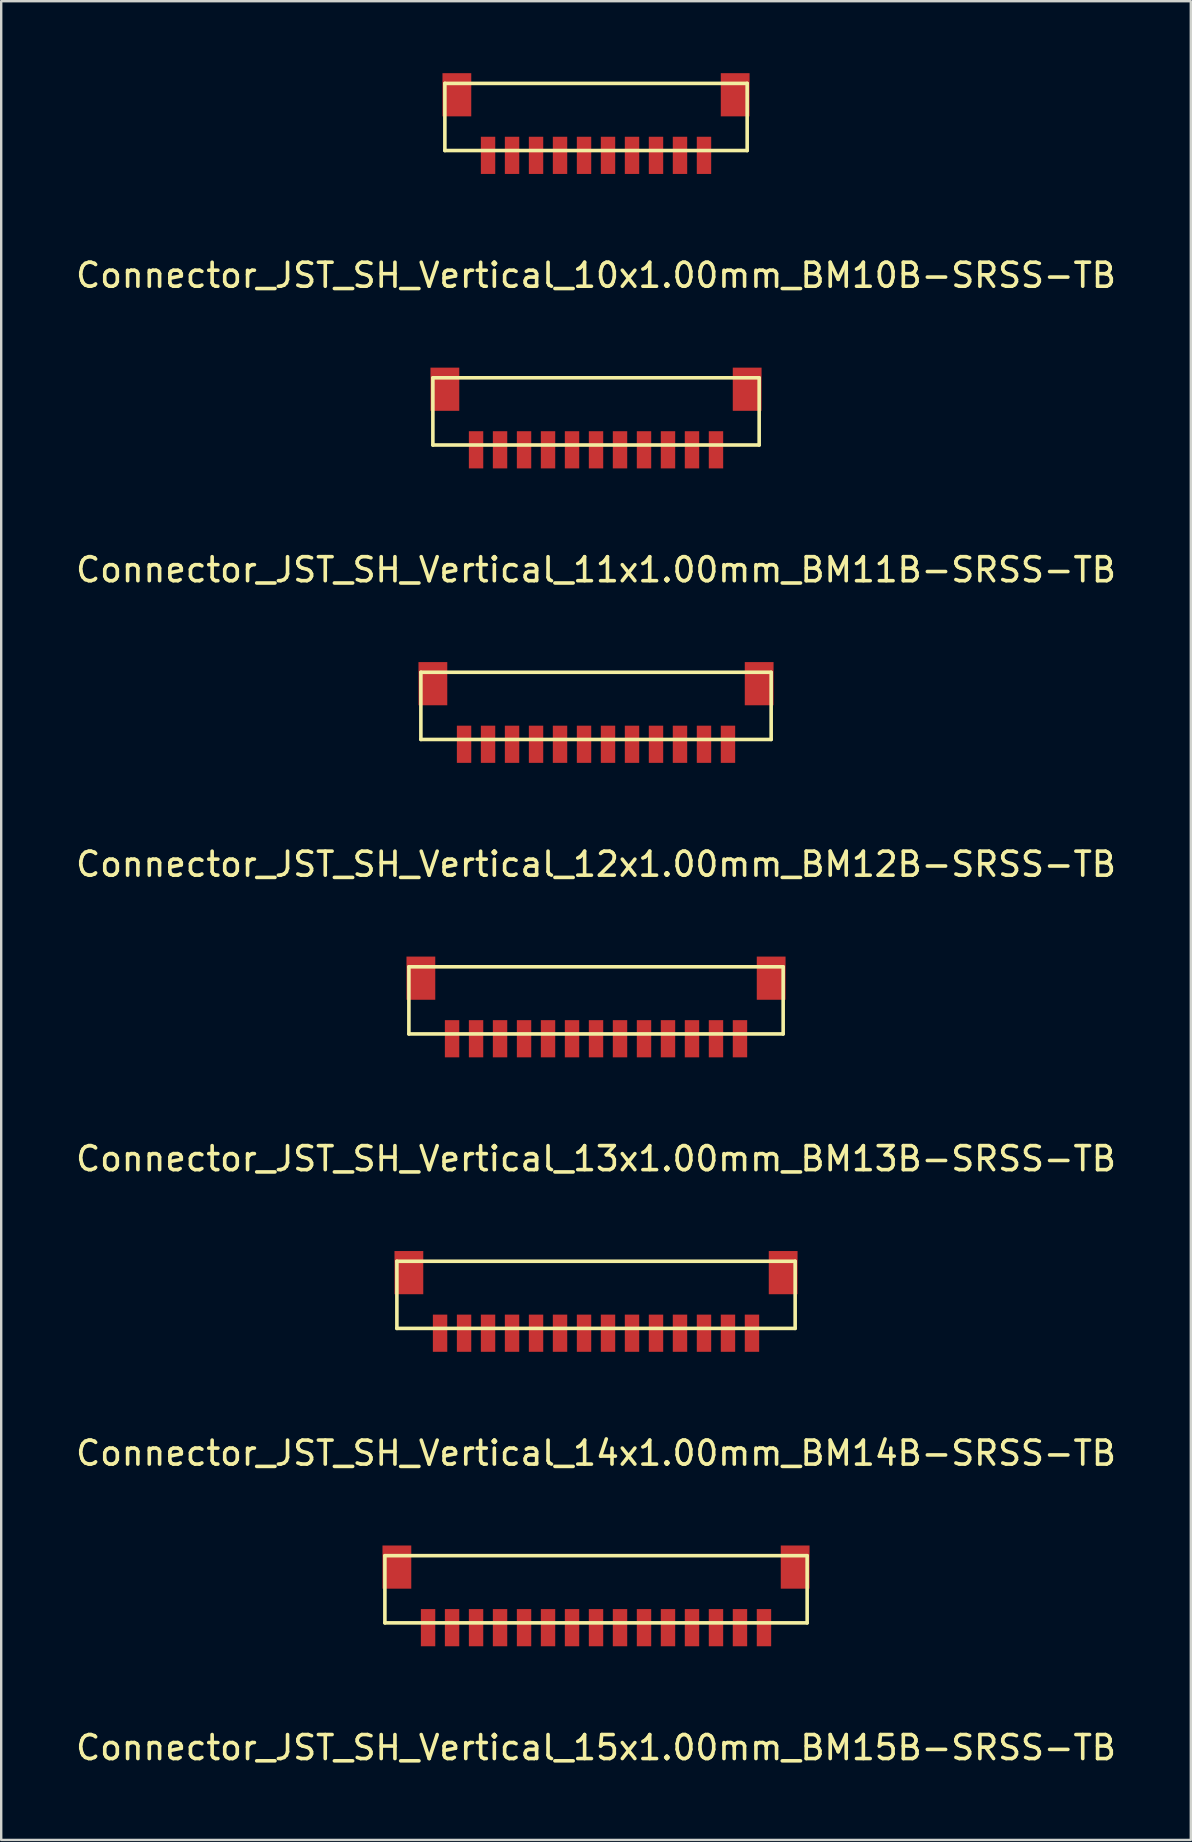
<source format=kicad_pcb>
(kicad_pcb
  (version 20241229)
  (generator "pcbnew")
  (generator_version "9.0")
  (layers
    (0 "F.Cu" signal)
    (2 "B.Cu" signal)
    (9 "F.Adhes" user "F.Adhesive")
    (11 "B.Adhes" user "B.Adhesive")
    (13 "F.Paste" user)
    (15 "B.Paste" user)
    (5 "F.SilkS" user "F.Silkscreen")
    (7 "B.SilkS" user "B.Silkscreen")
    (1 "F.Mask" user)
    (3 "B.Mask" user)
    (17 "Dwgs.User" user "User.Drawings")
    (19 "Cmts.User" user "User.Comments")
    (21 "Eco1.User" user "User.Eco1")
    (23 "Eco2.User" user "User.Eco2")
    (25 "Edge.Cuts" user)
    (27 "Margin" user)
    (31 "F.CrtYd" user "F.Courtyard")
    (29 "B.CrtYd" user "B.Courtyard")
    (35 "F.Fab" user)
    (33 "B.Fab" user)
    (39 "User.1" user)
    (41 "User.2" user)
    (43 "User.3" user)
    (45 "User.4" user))
  (footprint "Connector_JST_SH_Vertical_14x1.00mm_BM14B-SRSS-TB"
    (layer "F.Cu")
    (at 21.792 52.518)
    (property "Reference" "Connector_JST_SH_Vertical_14x1.00mm_BM14B-SRSS-TB" (at 0 5 0) (layer "F.SilkS") (effects (font (size 1 1) (thickness 0.15))))
    (attr smd)
    (fp_line (start -8.3 -3) (end -8.3 -0.2) (stroke (width 0.15) (type solid)) (layer "F.SilkS"))
    (fp_line (start -8.3 -3) (end 8.3 -3) (stroke (width 0.15) (type solid)) (layer "F.SilkS"))
    (fp_line (start -8.3 -0.2) (end 8.3 -0.2) (stroke (width 0.15) (type solid)) (layer "F.SilkS"))
    (fp_line (start 8.3 -3) (end 8.3 -0.2) (stroke (width 0.15) (type solid)) (layer "F.SilkS"))
    (pad "1" smd rect (at -6.5 0) (size 0.6 1.55) (layers "F.Cu" "F.Mask" "F.Paste"))
    (pad "2" smd rect (at -5.5 0) (size 0.6 1.55) (layers "F.Cu" "F.Mask" "F.Paste"))
    (pad "3" smd rect (at -4.5 0) (size 0.6 1.55) (layers "F.Cu" "F.Mask" "F.Paste"))
    (pad "4" smd rect (at -3.5 0) (size 0.6 1.55) (layers "F.Cu" "F.Mask" "F.Paste"))
    (pad "5" smd rect (at -2.5 0) (size 0.6 1.55) (layers "F.Cu" "F.Mask" "F.Paste"))
    (pad "6" smd rect (at -1.5 0) (size 0.6 1.55) (layers "F.Cu" "F.Mask" "F.Paste"))
    (pad "7" smd rect (at -0.5 0) (size 0.6 1.55) (layers "F.Cu" "F.Mask" "F.Paste"))
    (pad "8" smd rect (at 0.5 0) (size 0.6 1.55) (layers "F.Cu" "F.Mask" "F.Paste"))
    (pad "9" smd rect (at 1.5 0) (size 0.6 1.55) (layers "F.Cu" "F.Mask" "F.Paste"))
    (pad "10" smd rect (at 2.5 0) (size 0.6 1.55) (layers "F.Cu" "F.Mask" "F.Paste"))
    (pad "11" smd rect (at 3.5 0) (size 0.6 1.55) (layers "F.Cu" "F.Mask" "F.Paste"))
    (pad "12" smd rect (at 4.5 0) (size 0.6 1.55) (layers "F.Cu" "F.Mask" "F.Paste"))
    (pad "13" smd rect (at 5.5 0) (size 0.6 1.55) (layers "F.Cu" "F.Mask" "F.Paste"))
    (pad "14" smd rect (at 6.5 0) (size 0.6 1.55) (layers "F.Cu" "F.Mask" "F.Paste"))
    (pad "15" smd rect (at -7.8 -2.525) (size 1.2 1.8) (layers "F.Cu" "F.Mask" "F.Paste"))
    (pad "15" smd rect (at 7.8 -2.525) (size 1.2 1.8) (layers "F.Cu" "F.Mask" "F.Paste")))
  (footprint "Connector_JST_SH_Vertical_11x1.00mm_BM11B-SRSS-TB"
    (layer "F.Cu")
    (at 21.792 15.698)
    (property "Reference" "Connector_JST_SH_Vertical_11x1.00mm_BM11B-SRSS-TB" (at 0 5 0) (layer "F.SilkS") (effects (font (size 1 1) (thickness 0.15))))
    (attr smd)
    (fp_line (start -6.8 -3) (end -6.8 -0.2) (stroke (width 0.15) (type solid)) (layer "F.SilkS"))
    (fp_line (start -6.8 -3) (end 6.8 -3) (stroke (width 0.15) (type solid)) (layer "F.SilkS"))
    (fp_line (start -6.8 -0.2) (end 6.8 -0.2) (stroke (width 0.15) (type solid)) (layer "F.SilkS"))
    (fp_line (start 6.8 -3) (end 6.8 -0.2) (stroke (width 0.15) (type solid)) (layer "F.SilkS"))
    (pad "1" smd rect (at -5 0) (size 0.6 1.55) (layers "F.Cu" "F.Mask" "F.Paste"))
    (pad "2" smd rect (at -4 0) (size 0.6 1.55) (layers "F.Cu" "F.Mask" "F.Paste"))
    (pad "3" smd rect (at -3 0) (size 0.6 1.55) (layers "F.Cu" "F.Mask" "F.Paste"))
    (pad "4" smd rect (at -2 0) (size 0.6 1.55) (layers "F.Cu" "F.Mask" "F.Paste"))
    (pad "5" smd rect (at -1 0) (size 0.6 1.55) (layers "F.Cu" "F.Mask" "F.Paste"))
    (pad "6" smd rect (at 0 0) (size 0.6 1.55) (layers "F.Cu" "F.Mask" "F.Paste"))
    (pad "7" smd rect (at 1 0) (size 0.6 1.55) (layers "F.Cu" "F.Mask" "F.Paste"))
    (pad "8" smd rect (at 2 0) (size 0.6 1.55) (layers "F.Cu" "F.Mask" "F.Paste"))
    (pad "9" smd rect (at 3 0) (size 0.6 1.55) (layers "F.Cu" "F.Mask" "F.Paste"))
    (pad "10" smd rect (at 4 0) (size 0.6 1.55) (layers "F.Cu" "F.Mask" "F.Paste"))
    (pad "11" smd rect (at 5 0) (size 0.6 1.55) (layers "F.Cu" "F.Mask" "F.Paste"))
    (pad "12" smd rect (at -6.3 -2.525) (size 1.2 1.8) (layers "F.Cu" "F.Mask" "F.Paste"))
    (pad "12" smd rect (at 6.3 -2.525) (size 1.2 1.8) (layers "F.Cu" "F.Mask" "F.Paste")))
  (footprint "Connector_JST_SH_Vertical_12x1.00mm_BM12B-SRSS-TB"
    (layer "F.Cu")
    (at 21.792 27.971)
    (property "Reference" "Connector_JST_SH_Vertical_12x1.00mm_BM12B-SRSS-TB" (at 0 5 0) (layer "F.SilkS") (effects (font (size 1 1) (thickness 0.15))))
    (attr smd)
    (fp_line (start -7.3 -3) (end -7.3 -0.2) (stroke (width 0.15) (type solid)) (layer "F.SilkS"))
    (fp_line (start -7.3 -3) (end 7.3 -3) (stroke (width 0.15) (type solid)) (layer "F.SilkS"))
    (fp_line (start -7.3 -0.2) (end 7.3 -0.2) (stroke (width 0.15) (type solid)) (layer "F.SilkS"))
    (fp_line (start 7.3 -3) (end 7.3 -0.2) (stroke (width 0.15) (type solid)) (layer "F.SilkS"))
    (pad "1" smd rect (at -5.5 0) (size 0.6 1.55) (layers "F.Cu" "F.Mask" "F.Paste"))
    (pad "2" smd rect (at -4.5 0) (size 0.6 1.55) (layers "F.Cu" "F.Mask" "F.Paste"))
    (pad "3" smd rect (at -3.5 0) (size 0.6 1.55) (layers "F.Cu" "F.Mask" "F.Paste"))
    (pad "4" smd rect (at -2.5 0) (size 0.6 1.55) (layers "F.Cu" "F.Mask" "F.Paste"))
    (pad "5" smd rect (at -1.5 0) (size 0.6 1.55) (layers "F.Cu" "F.Mask" "F.Paste"))
    (pad "6" smd rect (at -0.5 0) (size 0.6 1.55) (layers "F.Cu" "F.Mask" "F.Paste"))
    (pad "7" smd rect (at 0.5 0) (size 0.6 1.55) (layers "F.Cu" "F.Mask" "F.Paste"))
    (pad "8" smd rect (at 1.5 0) (size 0.6 1.55) (layers "F.Cu" "F.Mask" "F.Paste"))
    (pad "9" smd rect (at 2.5 0) (size 0.6 1.55) (layers "F.Cu" "F.Mask" "F.Paste"))
    (pad "10" smd rect (at 3.5 0) (size 0.6 1.55) (layers "F.Cu" "F.Mask" "F.Paste"))
    (pad "11" smd rect (at 4.5 0) (size 0.6 1.55) (layers "F.Cu" "F.Mask" "F.Paste"))
    (pad "12" smd rect (at 5.5 0) (size 0.6 1.55) (layers "F.Cu" "F.Mask" "F.Paste"))
    (pad "13" smd rect (at -6.8 -2.525) (size 1.2 1.8) (layers "F.Cu" "F.Mask" "F.Paste"))
    (pad "13" smd rect (at 6.8 -2.525) (size 1.2 1.8) (layers "F.Cu" "F.Mask" "F.Paste")))
  (footprint "Connector_JST_SH_Vertical_13x1.00mm_BM13B-SRSS-TB"
    (layer "F.Cu")
    (at 21.792 40.245)
    (property "Reference" "Connector_JST_SH_Vertical_13x1.00mm_BM13B-SRSS-TB" (at 0 5 0) (layer "F.SilkS") (effects (font (size 1 1) (thickness 0.15))))
    (attr smd)
    (fp_line (start -7.8 -3) (end -7.8 -0.2) (stroke (width 0.15) (type solid)) (layer "F.SilkS"))
    (fp_line (start -7.8 -3) (end 7.8 -3) (stroke (width 0.15) (type solid)) (layer "F.SilkS"))
    (fp_line (start -7.8 -0.2) (end 7.8 -0.2) (stroke (width 0.15) (type solid)) (layer "F.SilkS"))
    (fp_line (start 7.8 -3) (end 7.8 -0.2) (stroke (width 0.15) (type solid)) (layer "F.SilkS"))
    (pad "1" smd rect (at -6 0) (size 0.6 1.55) (layers "F.Cu" "F.Mask" "F.Paste"))
    (pad "2" smd rect (at -5 0) (size 0.6 1.55) (layers "F.Cu" "F.Mask" "F.Paste"))
    (pad "3" smd rect (at -4 0) (size 0.6 1.55) (layers "F.Cu" "F.Mask" "F.Paste"))
    (pad "4" smd rect (at -3 0) (size 0.6 1.55) (layers "F.Cu" "F.Mask" "F.Paste"))
    (pad "5" smd rect (at -2 0) (size 0.6 1.55) (layers "F.Cu" "F.Mask" "F.Paste"))
    (pad "6" smd rect (at -1 0) (size 0.6 1.55) (layers "F.Cu" "F.Mask" "F.Paste"))
    (pad "7" smd rect (at 0 0) (size 0.6 1.55) (layers "F.Cu" "F.Mask" "F.Paste"))
    (pad "8" smd rect (at 1 0) (size 0.6 1.55) (layers "F.Cu" "F.Mask" "F.Paste"))
    (pad "9" smd rect (at 2 0) (size 0.6 1.55) (layers "F.Cu" "F.Mask" "F.Paste"))
    (pad "10" smd rect (at 3 0) (size 0.6 1.55) (layers "F.Cu" "F.Mask" "F.Paste"))
    (pad "11" smd rect (at 4 0) (size 0.6 1.55) (layers "F.Cu" "F.Mask" "F.Paste"))
    (pad "12" smd rect (at 5 0) (size 0.6 1.55) (layers "F.Cu" "F.Mask" "F.Paste"))
    (pad "13" smd rect (at 6 0) (size 0.6 1.55) (layers "F.Cu" "F.Mask" "F.Paste"))
    (pad "14" smd rect (at -7.3 -2.525) (size 1.2 1.8) (layers "F.Cu" "F.Mask" "F.Paste"))
    (pad "14" smd rect (at 7.3 -2.525) (size 1.2 1.8) (layers "F.Cu" "F.Mask" "F.Paste")))
  (footprint "Connector_JST_SH_Vertical_10x1.00mm_BM10B-SRSS-TB"
    (layer "F.Cu")
    (at 21.792 3.425)
    (property "Reference" "Connector_JST_SH_Vertical_10x1.00mm_BM10B-SRSS-TB" (at 0 5 0) (layer "F.SilkS") (effects (font (size 1 1) (thickness 0.15))))
    (attr smd)
    (fp_line (start -6.3 -3) (end -6.3 -0.2) (stroke (width 0.15) (type solid)) (layer "F.SilkS"))
    (fp_line (start -6.3 -3) (end 6.3 -3) (stroke (width 0.15) (type solid)) (layer "F.SilkS"))
    (fp_line (start -6.3 -0.2) (end 6.3 -0.2) (stroke (width 0.15) (type solid)) (layer "F.SilkS"))
    (fp_line (start 6.3 -3) (end 6.3 -0.2) (stroke (width 0.15) (type solid)) (layer "F.SilkS"))
    (pad "1" smd rect (at -4.5 0) (size 0.6 1.55) (layers "F.Cu" "F.Mask" "F.Paste"))
    (pad "2" smd rect (at -3.5 0) (size 0.6 1.55) (layers "F.Cu" "F.Mask" "F.Paste"))
    (pad "3" smd rect (at -2.5 0) (size 0.6 1.55) (layers "F.Cu" "F.Mask" "F.Paste"))
    (pad "4" smd rect (at -1.5 0) (size 0.6 1.55) (layers "F.Cu" "F.Mask" "F.Paste"))
    (pad "5" smd rect (at -0.5 0) (size 0.6 1.55) (layers "F.Cu" "F.Mask" "F.Paste"))
    (pad "6" smd rect (at 0.5 0) (size 0.6 1.55) (layers "F.Cu" "F.Mask" "F.Paste"))
    (pad "7" smd rect (at 1.5 0) (size 0.6 1.55) (layers "F.Cu" "F.Mask" "F.Paste"))
    (pad "8" smd rect (at 2.5 0) (size 0.6 1.55) (layers "F.Cu" "F.Mask" "F.Paste"))
    (pad "9" smd rect (at 3.5 0) (size 0.6 1.55) (layers "F.Cu" "F.Mask" "F.Paste"))
    (pad "10" smd rect (at 4.5 0) (size 0.6 1.55) (layers "F.Cu" "F.Mask" "F.Paste"))
    (pad "11" smd rect (at -5.8 -2.525) (size 1.2 1.8) (layers "F.Cu" "F.Mask" "F.Paste"))
    (pad "11" smd rect (at 5.8 -2.525) (size 1.2 1.8) (layers "F.Cu" "F.Mask" "F.Paste")))
  (footprint "Connector_JST_SH_Vertical_15x1.00mm_BM15B-SRSS-TB"
    (layer "F.Cu")
    (at 21.792 64.791)
    (property "Reference" "Connector_JST_SH_Vertical_15x1.00mm_BM15B-SRSS-TB" (at 0 5 0) (layer "F.SilkS") (effects (font (size 1 1) (thickness 0.15))))
    (attr smd)
    (fp_line (start -8.8 -3) (end -8.8 -0.2) (stroke (width 0.15) (type solid)) (layer "F.SilkS"))
    (fp_line (start -8.8 -3) (end 8.8 -3) (stroke (width 0.15) (type solid)) (layer "F.SilkS"))
    (fp_line (start -8.8 -0.2) (end 8.8 -0.2) (stroke (width 0.15) (type solid)) (layer "F.SilkS"))
    (fp_line (start 8.8 -3) (end 8.8 -0.2) (stroke (width 0.15) (type solid)) (layer "F.SilkS"))
    (pad "1" smd rect (at -7 0) (size 0.6 1.55) (layers "F.Cu" "F.Mask" "F.Paste"))
    (pad "2" smd rect (at -6 0) (size 0.6 1.55) (layers "F.Cu" "F.Mask" "F.Paste"))
    (pad "3" smd rect (at -5 0) (size 0.6 1.55) (layers "F.Cu" "F.Mask" "F.Paste"))
    (pad "4" smd rect (at -4 0) (size 0.6 1.55) (layers "F.Cu" "F.Mask" "F.Paste"))
    (pad "5" smd rect (at -3 0) (size 0.6 1.55) (layers "F.Cu" "F.Mask" "F.Paste"))
    (pad "6" smd rect (at -2 0) (size 0.6 1.55) (layers "F.Cu" "F.Mask" "F.Paste"))
    (pad "7" smd rect (at -1 0) (size 0.6 1.55) (layers "F.Cu" "F.Mask" "F.Paste"))
    (pad "8" smd rect (at 0 0) (size 0.6 1.55) (layers "F.Cu" "F.Mask" "F.Paste"))
    (pad "9" smd rect (at 1 0) (size 0.6 1.55) (layers "F.Cu" "F.Mask" "F.Paste"))
    (pad "10" smd rect (at 2 0) (size 0.6 1.55) (layers "F.Cu" "F.Mask" "F.Paste"))
    (pad "11" smd rect (at 3 0) (size 0.6 1.55) (layers "F.Cu" "F.Mask" "F.Paste"))
    (pad "12" smd rect (at 4 0) (size 0.6 1.55) (layers "F.Cu" "F.Mask" "F.Paste"))
    (pad "13" smd rect (at 5 0) (size 0.6 1.55) (layers "F.Cu" "F.Mask" "F.Paste"))
    (pad "14" smd rect (at 6 0) (size 0.6 1.55) (layers "F.Cu" "F.Mask" "F.Paste"))
    (pad "15" smd rect (at 7 0) (size 0.6 1.55) (layers "F.Cu" "F.Mask" "F.Paste"))
    (pad "16" smd rect (at -8.3 -2.525) (size 1.2 1.8) (layers "F.Cu" "F.Mask" "F.Paste"))
    (pad "16" smd rect (at 8.3 -2.525) (size 1.2 1.8) (layers "F.Cu" "F.Mask" "F.Paste")))
  (gr_rect
    (start -3 -3)
    (end 46.583 73.639)
    (stroke (width 0.1) (type default))
    (fill no)
    (layer "Edge.Cuts")))
</source>
